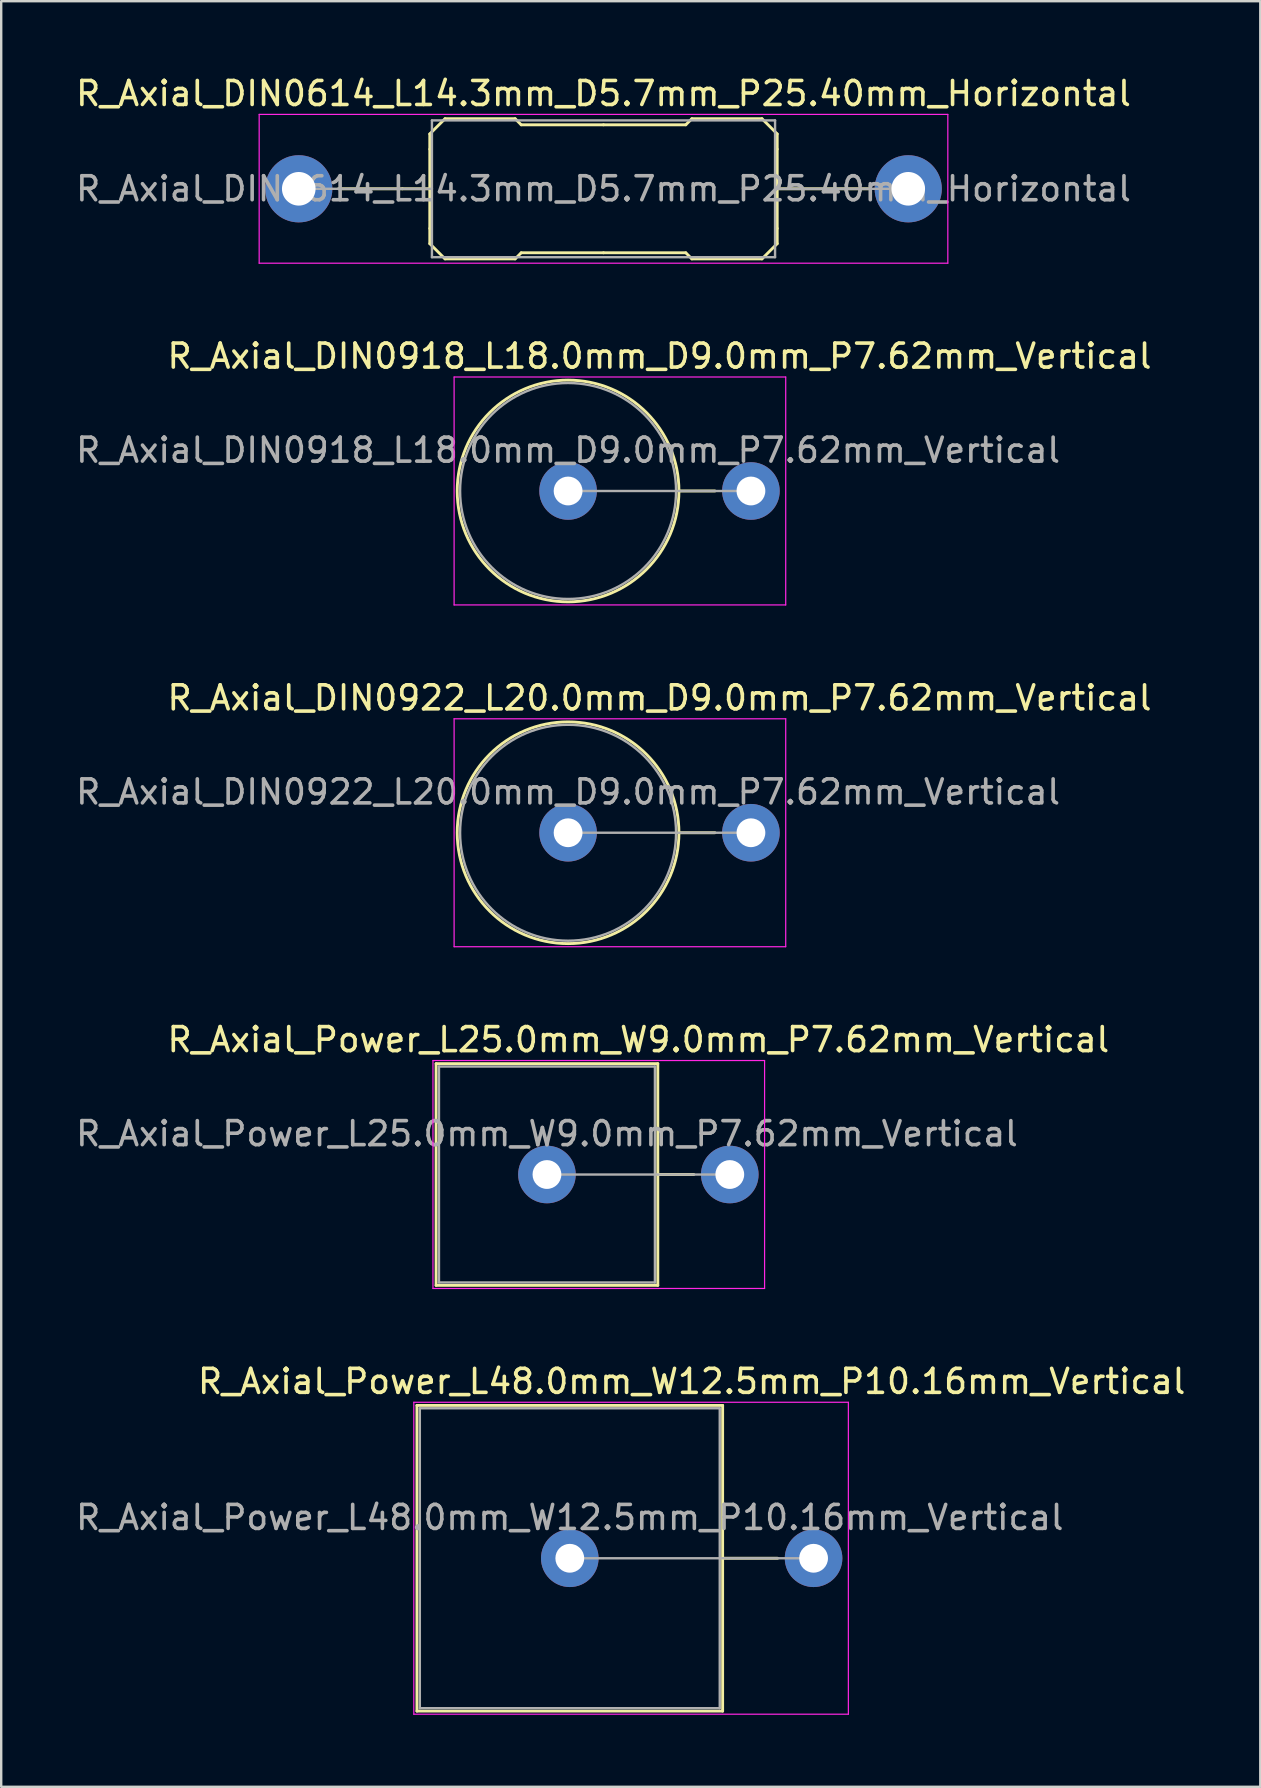
<source format=kicad_pcb>
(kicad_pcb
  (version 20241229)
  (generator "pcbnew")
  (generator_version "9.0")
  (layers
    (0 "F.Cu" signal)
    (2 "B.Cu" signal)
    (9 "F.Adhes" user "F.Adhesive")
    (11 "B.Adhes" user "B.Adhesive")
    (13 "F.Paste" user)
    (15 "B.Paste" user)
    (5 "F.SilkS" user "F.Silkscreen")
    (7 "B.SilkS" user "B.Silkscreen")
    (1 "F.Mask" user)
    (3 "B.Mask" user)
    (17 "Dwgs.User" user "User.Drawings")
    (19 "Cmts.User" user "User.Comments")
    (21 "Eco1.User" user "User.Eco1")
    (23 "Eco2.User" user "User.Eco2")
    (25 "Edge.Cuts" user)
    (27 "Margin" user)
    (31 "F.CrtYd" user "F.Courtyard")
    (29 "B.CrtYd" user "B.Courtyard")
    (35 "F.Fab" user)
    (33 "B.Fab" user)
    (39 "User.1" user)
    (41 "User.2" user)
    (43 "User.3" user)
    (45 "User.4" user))
  (footprint "R_Axial_DIN0922_L20.0mm_D9.0mm_P7.62mm_Vertical"
    (layer "F.Cu")
    (at 20.625 31.655)
    (property "Reference" "R_Axial_DIN0922_L20.0mm_D9.0mm_P7.62mm_Vertical" (at 3.81 -5.62 0) (layer "F.SilkS") (effects (font (size 1 1) (thickness 0.15))))
    (attr through_hole)
    (fp_line (start 4.62 0) (end 6.12 0) (stroke (width 0.12) (type solid)) (layer "F.SilkS"))
    (fp_circle (center 0 0) (end 4.62 0) (stroke (width 0.12) (type solid)) (fill no) (layer "F.SilkS"))
    (fp_line (start -4.75 -4.75) (end -4.75 4.75) (stroke (width 0.05) (type solid)) (layer "F.CrtYd"))
    (fp_line (start -4.75 4.75) (end 9.07 4.75) (stroke (width 0.05) (type solid)) (layer "F.CrtYd"))
    (fp_line (start 9.07 -4.75) (end -4.75 -4.75) (stroke (width 0.05) (type solid)) (layer "F.CrtYd"))
    (fp_line (start 9.07 4.75) (end 9.07 -4.75) (stroke (width 0.05) (type solid)) (layer "F.CrtYd"))
    (fp_line (start 0 0) (end 7.62 0) (stroke (width 0.1) (type solid)) (layer "F.Fab"))
    (fp_circle (center 0 0) (end 4.5 0) (stroke (width 0.1) (type solid)) (fill no) (layer "F.Fab"))
    (fp_text user "${REFERENCE}" (at 0 -1.7 0) (layer "F.Fab") (effects (font (size 1 1) (thickness 0.15))))
    (pad "1" thru_hole circle (at 0 0) (size 2.4 2.4) (drill 1.2) (layers "*.Cu" "*.Mask"))
    (pad "2" thru_hole oval (at 7.62 0) (size 2.4 2.4) (drill 1.2) (layers "*.Cu" "*.Mask")))
  (footprint "R_Axial_Power_L25.0mm_W9.0mm_P7.62mm_Vertical"
    (layer "F.Cu")
    (at 19.744 45.898)
    (property "Reference" "R_Axial_Power_L25.0mm_W9.0mm_P7.62mm_Vertical" (at 3.81 -5.62 0) (layer "F.SilkS") (effects (font (size 1 1) (thickness 0.15))))
    (attr through_hole)
    (fp_line (start -4.62 -4.62) (end -4.62 4.62) (stroke (width 0.12) (type solid)) (layer "F.SilkS"))
    (fp_line (start -4.62 4.62) (end 4.62 4.62) (stroke (width 0.12) (type solid)) (layer "F.SilkS"))
    (fp_line (start 4.62 -4.62) (end -4.62 -4.62) (stroke (width 0.12) (type solid)) (layer "F.SilkS"))
    (fp_line (start 4.62 0) (end 6.12 0) (stroke (width 0.12) (type solid)) (layer "F.SilkS"))
    (fp_line (start 4.62 4.62) (end 4.62 -4.62) (stroke (width 0.12) (type solid)) (layer "F.SilkS"))
    (fp_line (start -4.75 -4.75) (end -4.75 4.75) (stroke (width 0.05) (type solid)) (layer "F.CrtYd"))
    (fp_line (start -4.75 4.75) (end 9.07 4.75) (stroke (width 0.05) (type solid)) (layer "F.CrtYd"))
    (fp_line (start 9.07 -4.75) (end -4.75 -4.75) (stroke (width 0.05) (type solid)) (layer "F.CrtYd"))
    (fp_line (start 9.07 4.75) (end 9.07 -4.75) (stroke (width 0.05) (type solid)) (layer "F.CrtYd"))
    (fp_line (start -4.5 -4.5) (end -4.5 4.5) (stroke (width 0.1) (type solid)) (layer "F.Fab"))
    (fp_line (start -4.5 4.5) (end 4.5 4.5) (stroke (width 0.1) (type solid)) (layer "F.Fab"))
    (fp_line (start 0 0) (end 7.62 0) (stroke (width 0.1) (type solid)) (layer "F.Fab"))
    (fp_line (start 4.5 -4.5) (end -4.5 -4.5) (stroke (width 0.1) (type solid)) (layer "F.Fab"))
    (fp_line (start 4.5 4.5) (end 4.5 -4.5) (stroke (width 0.1) (type solid)) (layer "F.Fab"))
    (fp_text user "${REFERENCE}" (at 0 -1.7 0) (layer "F.Fab") (effects (font (size 1 1) (thickness 0.15))))
    (pad "1" thru_hole circle (at 0 0) (size 2.4 2.4) (drill 1.2) (layers "*.Cu" "*.Mask"))
    (pad "2" thru_hole oval (at 7.62 0) (size 2.4 2.4) (drill 1.2) (layers "*.Cu" "*.Mask")))
  (footprint "R_Axial_Power_L48.0mm_W12.5mm_P10.16mm_Vertical"
    (layer "F.Cu")
    (at 20.696 61.891)
    (property "Reference" "R_Axial_Power_L48.0mm_W12.5mm_P10.16mm_Vertical" (at 5.08 -7.37 0) (layer "F.SilkS") (effects (font (size 1 1) (thickness 0.15))))
    (attr through_hole)
    (fp_line (start -6.37 -6.37) (end -6.37 6.37) (stroke (width 0.12) (type solid)) (layer "F.SilkS"))
    (fp_line (start -6.37 6.37) (end 6.37 6.37) (stroke (width 0.12) (type solid)) (layer "F.SilkS"))
    (fp_line (start 6.37 -6.37) (end -6.37 -6.37) (stroke (width 0.12) (type solid)) (layer "F.SilkS"))
    (fp_line (start 6.37 0) (end 8.66 0) (stroke (width 0.12) (type solid)) (layer "F.SilkS"))
    (fp_line (start 6.37 6.37) (end 6.37 -6.37) (stroke (width 0.12) (type solid)) (layer "F.SilkS"))
    (fp_line (start -6.5 -6.5) (end -6.5 6.5) (stroke (width 0.05) (type solid)) (layer "F.CrtYd"))
    (fp_line (start -6.5 6.5) (end 11.61 6.5) (stroke (width 0.05) (type solid)) (layer "F.CrtYd"))
    (fp_line (start 11.61 -6.5) (end -6.5 -6.5) (stroke (width 0.05) (type solid)) (layer "F.CrtYd"))
    (fp_line (start 11.61 6.5) (end 11.61 -6.5) (stroke (width 0.05) (type solid)) (layer "F.CrtYd"))
    (fp_line (start -6.25 -6.25) (end -6.25 6.25) (stroke (width 0.1) (type solid)) (layer "F.Fab"))
    (fp_line (start -6.25 6.25) (end 6.25 6.25) (stroke (width 0.1) (type solid)) (layer "F.Fab"))
    (fp_line (start 0 0) (end 10.16 0) (stroke (width 0.1) (type solid)) (layer "F.Fab"))
    (fp_line (start 6.25 -6.25) (end -6.25 -6.25) (stroke (width 0.1) (type solid)) (layer "F.Fab"))
    (fp_line (start 6.25 6.25) (end 6.25 -6.25) (stroke (width 0.1) (type solid)) (layer "F.Fab"))
    (fp_text user "${REFERENCE}" (at 0 -1.7 0) (layer "F.Fab") (effects (font (size 1 1) (thickness 0.15))))
    (pad "1" thru_hole circle (at 0 0) (size 2.4 2.4) (drill 1.2) (layers "*.Cu" "*.Mask"))
    (pad "2" thru_hole oval (at 10.16 0) (size 2.4 2.4) (drill 1.2) (layers "*.Cu" "*.Mask")))
  (footprint "R_Axial_DIN0614_L14.3mm_D5.7mm_P25.40mm_Horizontal"
    (layer "F.Cu")
    (at 9.401 4.818)
    (property "Reference" "R_Axial_DIN0614_L14.3mm_D5.7mm_P25.40mm_Horizontal" (at 12.7 -3.97 0) (layer "F.SilkS") (effects (font (size 1 1) (thickness 0.15))))
    (attr through_hole)
    (fp_line (start 4.318 0) (end 1.651 0) (stroke (width 0.12) (type solid)) (layer "F.SilkS"))
    (fp_line (start 4.318 0) (end 5.461 0) (stroke (width 0.12) (type solid)) (layer "F.SilkS"))
    (fp_line (start 5.461 -2.286) (end 5.461 -1.651) (stroke (width 0.12) (type solid)) (layer "F.SilkS"))
    (fp_line (start 5.461 -2.286) (end 6.096 -2.921) (stroke (width 0.12) (type solid)) (layer "F.SilkS"))
    (fp_line (start 5.461 1.651) (end 5.461 -1.651) (stroke (width 0.12) (type solid)) (layer "F.SilkS"))
    (fp_line (start 5.461 2.286) (end 5.461 1.651) (stroke (width 0.12) (type solid)) (layer "F.SilkS"))
    (fp_line (start 5.461 2.286) (end 6.096 2.921) (stroke (width 0.12) (type solid)) (layer "F.SilkS"))
    (fp_line (start 6.096 -2.921) (end 9.017 -2.921) (stroke (width 0.12) (type solid)) (layer "F.SilkS"))
    (fp_line (start 6.096 2.921) (end 9.017 2.921) (stroke (width 0.12) (type solid)) (layer "F.SilkS"))
    (fp_line (start 9.017 -2.921) (end 9.271 -2.667) (stroke (width 0.12) (type solid)) (layer "F.SilkS"))
    (fp_line (start 9.017 2.921) (end 9.271 2.667) (stroke (width 0.12) (type solid)) (layer "F.SilkS"))
    (fp_line (start 9.271 -2.667) (end 12.7 -2.667) (stroke (width 0.12) (type solid)) (layer "F.SilkS"))
    (fp_line (start 9.271 2.667) (end 12.7 2.667) (stroke (width 0.12) (type solid)) (layer "F.SilkS"))
    (fp_line (start 16.129 -2.667) (end 12.7 -2.667) (stroke (width 0.12) (type solid)) (layer "F.SilkS"))
    (fp_line (start 16.129 2.667) (end 12.7 2.667) (stroke (width 0.12) (type solid)) (layer "F.SilkS"))
    (fp_line (start 16.383 -2.921) (end 16.129 -2.667) (stroke (width 0.12) (type solid)) (layer "F.SilkS"))
    (fp_line (start 16.383 2.921) (end 16.129 2.667) (stroke (width 0.12) (type solid)) (layer "F.SilkS"))
    (fp_line (start 19.304 -2.921) (end 16.383 -2.921) (stroke (width 0.12) (type solid)) (layer "F.SilkS"))
    (fp_line (start 19.304 2.921) (end 16.383 2.921) (stroke (width 0.12) (type solid)) (layer "F.SilkS"))
    (fp_line (start 19.939 -2.286) (end 19.304 -2.921) (stroke (width 0.12) (type solid)) (layer "F.SilkS"))
    (fp_line (start 19.939 -2.286) (end 19.939 -1.651) (stroke (width 0.12) (type solid)) (layer "F.SilkS"))
    (fp_line (start 19.939 0) (end 23.749 0) (stroke (width 0.12) (type solid)) (layer "F.SilkS"))
    (fp_line (start 19.939 1.651) (end 19.939 -1.651) (stroke (width 0.12) (type solid)) (layer "F.SilkS"))
    (fp_line (start 19.939 2.286) (end 19.304 2.921) (stroke (width 0.12) (type solid)) (layer "F.SilkS"))
    (fp_line (start 19.939 2.286) (end 19.939 1.651) (stroke (width 0.12) (type solid)) (layer "F.SilkS"))
    (fp_line (start -1.65 -3.1) (end -1.65 3.1) (stroke (width 0.05) (type solid)) (layer "F.CrtYd"))
    (fp_line (start -1.65 3.1) (end 27.05 3.1) (stroke (width 0.05) (type solid)) (layer "F.CrtYd"))
    (fp_line (start 27.05 -3.1) (end -1.65 -3.1) (stroke (width 0.05) (type solid)) (layer "F.CrtYd"))
    (fp_line (start 27.05 3.1) (end 27.05 -3.1) (stroke (width 0.05) (type solid)) (layer "F.CrtYd"))
    (fp_line (start 0 0) (end 5.55 0) (stroke (width 0.1) (type solid)) (layer "F.Fab"))
    (fp_line (start 5.55 -2.85) (end 5.55 2.85) (stroke (width 0.1) (type solid)) (layer "F.Fab"))
    (fp_line (start 5.55 2.85) (end 19.85 2.85) (stroke (width 0.1) (type solid)) (layer "F.Fab"))
    (fp_line (start 19.85 -2.85) (end 5.55 -2.85) (stroke (width 0.1) (type solid)) (layer "F.Fab"))
    (fp_line (start 19.85 2.85) (end 19.85 -2.85) (stroke (width 0.1) (type solid)) (layer "F.Fab"))
    (fp_line (start 25.4 0) (end 19.85 0) (stroke (width 0.1) (type solid)) (layer "F.Fab"))
    (fp_text user "${REFERENCE}" (at 12.7 0 0) (layer "F.Fab") (effects (font (size 1 1) (thickness 0.15))))
    (pad "1" thru_hole circle (at 0 0) (size 2.8 2.8) (drill 1.4) (layers "*.Cu" "*.Mask"))
    (pad "2" thru_hole oval (at 25.4 0) (size 2.8 2.8) (drill 1.4) (layers "*.Cu" "*.Mask")))
  (footprint "R_Axial_DIN0918_L18.0mm_D9.0mm_P7.62mm_Vertical"
    (layer "F.Cu")
    (at 20.625 17.412)
    (property "Reference" "R_Axial_DIN0918_L18.0mm_D9.0mm_P7.62mm_Vertical" (at 3.81 -5.62 0) (layer "F.SilkS") (effects (font (size 1 1) (thickness 0.15))))
    (attr through_hole)
    (fp_line (start 4.62 0) (end 6.12 0) (stroke (width 0.12) (type solid)) (layer "F.SilkS"))
    (fp_circle (center 0 0) (end 4.62 0) (stroke (width 0.12) (type solid)) (fill no) (layer "F.SilkS"))
    (fp_line (start -4.75 -4.75) (end -4.75 4.75) (stroke (width 0.05) (type solid)) (layer "F.CrtYd"))
    (fp_line (start -4.75 4.75) (end 9.07 4.75) (stroke (width 0.05) (type solid)) (layer "F.CrtYd"))
    (fp_line (start 9.07 -4.75) (end -4.75 -4.75) (stroke (width 0.05) (type solid)) (layer "F.CrtYd"))
    (fp_line (start 9.07 4.75) (end 9.07 -4.75) (stroke (width 0.05) (type solid)) (layer "F.CrtYd"))
    (fp_line (start 0 0) (end 7.62 0) (stroke (width 0.1) (type solid)) (layer "F.Fab"))
    (fp_circle (center 0 0) (end 4.5 0) (stroke (width 0.1) (type solid)) (fill no) (layer "F.Fab"))
    (fp_text user "${REFERENCE}" (at 0 -1.7 0) (layer "F.Fab") (effects (font (size 1 1) (thickness 0.15))))
    (pad "1" thru_hole circle (at 0 0) (size 2.4 2.4) (drill 1.2) (layers "*.Cu" "*.Mask"))
    (pad "2" thru_hole oval (at 7.62 0) (size 2.4 2.4) (drill 1.2) (layers "*.Cu" "*.Mask")))
  (gr_rect
    (start -3 -3)
    (end 49.473 71.416)
    (stroke (width 0.1) (type default))
    (fill no)
    (layer "Edge.Cuts")))
</source>
